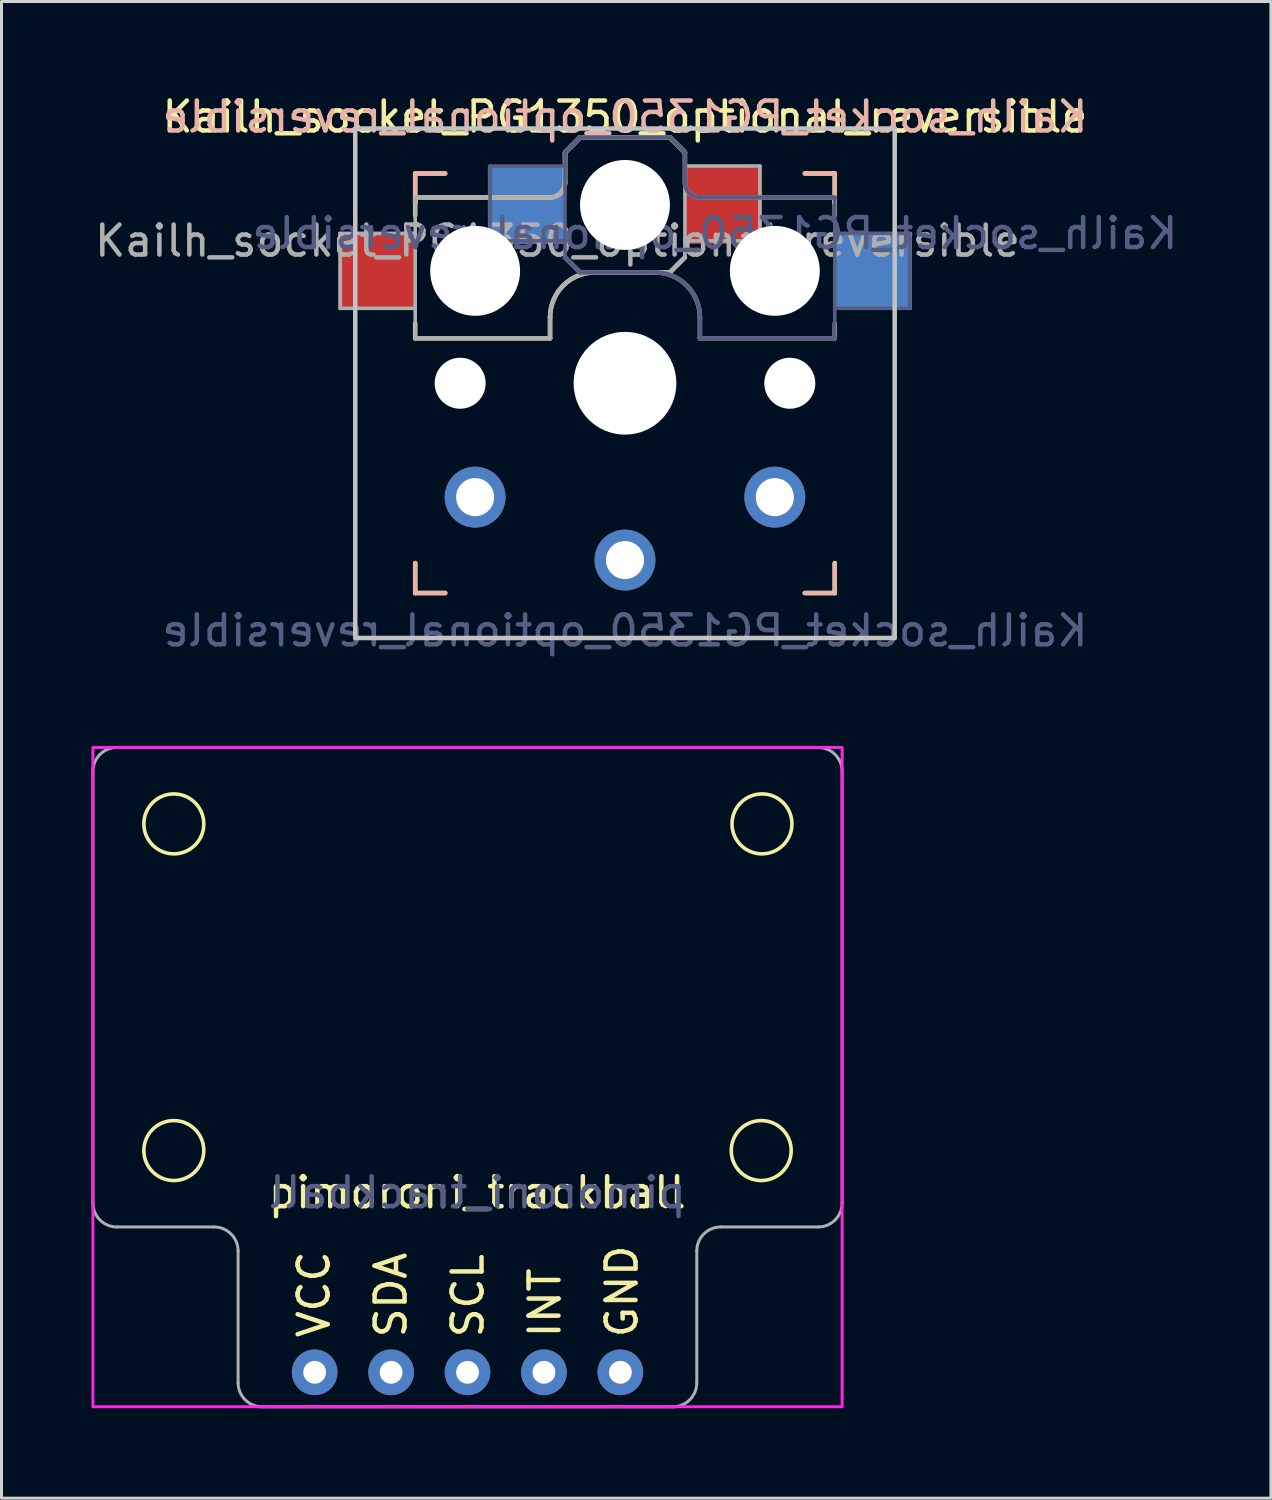
<source format=kicad_pcb>
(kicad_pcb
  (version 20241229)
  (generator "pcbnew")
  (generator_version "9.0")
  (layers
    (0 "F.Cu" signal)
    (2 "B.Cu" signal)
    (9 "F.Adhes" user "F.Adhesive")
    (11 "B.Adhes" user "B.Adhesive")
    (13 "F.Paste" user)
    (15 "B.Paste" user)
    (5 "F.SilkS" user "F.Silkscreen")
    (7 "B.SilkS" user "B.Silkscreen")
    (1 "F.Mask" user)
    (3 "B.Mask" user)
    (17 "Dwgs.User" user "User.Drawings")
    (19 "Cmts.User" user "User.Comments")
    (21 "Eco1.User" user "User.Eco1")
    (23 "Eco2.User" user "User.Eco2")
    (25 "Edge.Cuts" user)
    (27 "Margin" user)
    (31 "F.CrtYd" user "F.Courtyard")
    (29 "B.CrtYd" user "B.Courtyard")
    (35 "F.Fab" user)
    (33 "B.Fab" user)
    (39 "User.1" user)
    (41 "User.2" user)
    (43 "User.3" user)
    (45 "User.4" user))
  (footprint "Kailh_socket_PG1350_optional_reversible"
    (layer "F.Cu")
    (at 17.804 9.738)
    (property "Reference" "Kailh_socket_PG1350_optional_reversible" (at 0 -8.89 0) (layer "F.SilkS") (effects (font (size 1 1) (thickness 0.15))))
    (property "Value" "Kailh_socket_PG1350_optional_reversible" (at 0 8.255 0) (layer "F.Fab") (hide yes) (effects (font (size 1 1) (thickness 0.15))))
    (attr through_hole)
    (fp_line (start -7 -7) (end -6 -7) (stroke (width 0.15) (type solid)) (layer "F.SilkS"))
    (fp_line (start -7 -6.2) (end -2.5 -6.2) (stroke (width 0.15) (type solid)) (layer "F.SilkS"))
    (fp_line (start -7 -6) (end -7 -7) (stroke (width 0.15) (type solid)) (layer "F.SilkS"))
    (fp_line (start -7 -5.6) (end -7 -6.2) (stroke (width 0.15) (type solid)) (layer "F.SilkS"))
    (fp_line (start -7 -1.5) (end -7 -2) (stroke (width 0.15) (type solid)) (layer "F.SilkS"))
    (fp_line (start -7 7) (end -7 6) (stroke (width 0.15) (type solid)) (layer "F.SilkS"))
    (fp_line (start -6 7) (end -7 7) (stroke (width 0.15) (type solid)) (layer "F.SilkS"))
    (fp_line (start -2.5 -2.2) (end -2.5 -1.5) (stroke (width 0.15) (type solid)) (layer "F.SilkS"))
    (fp_line (start -2.5 -1.5) (end -7 -1.5) (stroke (width 0.15) (type solid)) (layer "F.SilkS"))
    (fp_line (start -2 -6.7) (end -2 -7.7) (stroke (width 0.15) (type solid)) (layer "F.SilkS"))
    (fp_line (start -1.5 -8.2) (end -2 -7.7) (stroke (width 0.15) (type solid)) (layer "F.SilkS"))
    (fp_line (start 1.5 -8.2) (end -1.5 -8.2) (stroke (width 0.15) (type solid)) (layer "F.SilkS"))
    (fp_line (start 1.5 -3.7) (end -1 -3.7) (stroke (width 0.15) (type solid)) (layer "F.SilkS"))
    (fp_line (start 2 -7.7) (end 1.5 -8.2) (stroke (width 0.15) (type solid)) (layer "F.SilkS"))
    (fp_line (start 2 -4.2) (end 1.5 -3.7) (stroke (width 0.15) (type solid)) (layer "F.SilkS"))
    (fp_line (start 6 -7) (end 7 -7) (stroke (width 0.15) (type solid)) (layer "F.SilkS"))
    (fp_line (start 7 -7) (end 7 -6) (stroke (width 0.15) (type solid)) (layer "F.SilkS"))
    (fp_line (start 7 6) (end 7 7) (stroke (width 0.15) (type solid)) (layer "F.SilkS"))
    (fp_line (start 7 7) (end 6 7) (stroke (width 0.15) (type solid)) (layer "F.SilkS"))
    (fp_arc (start -2.5 -2.2) (mid -2.06066 -3.26066) (end -1 -3.7) (stroke (width 0.15) (type solid)) (layer "F.SilkS"))
    (fp_arc (start -2 -6.7) (mid -2.146447 -6.346447) (end -2.5 -6.2) (stroke (width 0.15) (type solid)) (layer "F.SilkS"))
    (fp_line (start -7 -7) (end -6 -7) (stroke (width 0.15) (type solid)) (layer "B.SilkS"))
    (fp_line (start -7 -6) (end -7 -7) (stroke (width 0.15) (type solid)) (layer "B.SilkS"))
    (fp_line (start -7 7) (end -7 6) (stroke (width 0.15) (type solid)) (layer "B.SilkS"))
    (fp_line (start -6 7) (end -7 7) (stroke (width 0.15) (type solid)) (layer "B.SilkS"))
    (fp_line (start -2 -7.7) (end -1.5 -8.2) (stroke (width 0.15) (type solid)) (layer "B.SilkS"))
    (fp_line (start -2 -4.2) (end -1.5 -3.7) (stroke (width 0.15) (type solid)) (layer "B.SilkS"))
    (fp_line (start -1.5 -8.2) (end 1.5 -8.2) (stroke (width 0.15) (type solid)) (layer "B.SilkS"))
    (fp_line (start -1.5 -3.7) (end 1 -3.7) (stroke (width 0.15) (type solid)) (layer "B.SilkS"))
    (fp_line (start 1.5 -8.2) (end 2 -7.7) (stroke (width 0.15) (type solid)) (layer "B.SilkS"))
    (fp_line (start 2 -6.7) (end 2 -7.7) (stroke (width 0.15) (type solid)) (layer "B.SilkS"))
    (fp_line (start 2.5 -2.2) (end 2.5 -1.5) (stroke (width 0.15) (type solid)) (layer "B.SilkS"))
    (fp_line (start 2.5 -1.5) (end 7 -1.5) (stroke (width 0.15) (type solid)) (layer "B.SilkS"))
    (fp_line (start 6 -7) (end 7 -7) (stroke (width 0.15) (type solid)) (layer "B.SilkS"))
    (fp_line (start 7 -7) (end 7 -6) (stroke (width 0.15) (type solid)) (layer "B.SilkS"))
    (fp_line (start 7 -6.2) (end 2.5 -6.2) (stroke (width 0.15) (type solid)) (layer "B.SilkS"))
    (fp_line (start 7 -5.6) (end 7 -6.2) (stroke (width 0.15) (type solid)) (layer "B.SilkS"))
    (fp_line (start 7 -1.5) (end 7 -2) (stroke (width 0.15) (type solid)) (layer "B.SilkS"))
    (fp_line (start 7 6) (end 7 7) (stroke (width 0.15) (type solid)) (layer "B.SilkS"))
    (fp_line (start 7 7) (end 6 7) (stroke (width 0.15) (type solid)) (layer "B.SilkS"))
    (fp_arc (start 1 -3.7) (mid 2.06066 -3.26066) (end 2.5 -2.2) (stroke (width 0.15) (type solid)) (layer "B.SilkS"))
    (fp_arc (start 2.5 -6.2) (mid 2.146447 -6.346447) (end 2 -6.7) (stroke (width 0.15) (type solid)) (layer "B.SilkS"))
    (fp_line (start -9 -8.5) (end 9 -8.5) (stroke (width 0.15) (type solid)) (layer "Dwgs.User"))
    (fp_line (start -9 8.5) (end -9 -8.5) (stroke (width 0.15) (type solid)) (layer "Dwgs.User"))
    (fp_line (start 9 -8.5) (end 9 8.5) (stroke (width 0.15) (type solid)) (layer "Dwgs.User"))
    (fp_line (start 9 8.5) (end -9 8.5) (stroke (width 0.15) (type solid)) (layer "Dwgs.User"))
    (fp_line (start -2.6 -3.1) (end -2.6 -6.3) (stroke (width 0.15) (type solid)) (layer "Eco2.User"))
    (fp_line (start -2.6 -3.1) (end 2.6 -3.1) (stroke (width 0.15) (type solid)) (layer "Eco2.User"))
    (fp_line (start 2.6 -6.3) (end -2.6 -6.3) (stroke (width 0.15) (type solid)) (layer "Eco2.User"))
    (fp_line (start 2.6 -3.1) (end 2.6 -6.3) (stroke (width 0.15) (type solid)) (layer "Eco2.User"))
    (fp_line (start -4.5 -7.25) (end -2 -7.25) (stroke (width 0.12) (type solid)) (layer "B.Fab"))
    (fp_line (start -4.5 -4.75) (end -4.5 -7.25) (stroke (width 0.12) (type solid)) (layer "B.Fab"))
    (fp_line (start -2 -7.7) (end -1.5 -8.2) (stroke (width 0.15) (type solid)) (layer "B.Fab"))
    (fp_line (start -2 -4.75) (end -4.5 -4.75) (stroke (width 0.12) (type solid)) (layer "B.Fab"))
    (fp_line (start -2 -4.25) (end -2 -7.7) (stroke (width 0.12) (type solid)) (layer "B.Fab"))
    (fp_line (start -2 -4.2) (end -1.5 -3.7) (stroke (width 0.15) (type solid)) (layer "B.Fab"))
    (fp_line (start -1.5 -8.2) (end 1.5 -8.2) (stroke (width 0.15) (type solid)) (layer "B.Fab"))
    (fp_line (start -1.5 -3.7) (end 1 -3.7) (stroke (width 0.15) (type solid)) (layer "B.Fab"))
    (fp_line (start 1.5 -8.2) (end 2 -7.7) (stroke (width 0.15) (type solid)) (layer "B.Fab"))
    (fp_line (start 2 -6.7) (end 2 -7.7) (stroke (width 0.15) (type solid)) (layer "B.Fab"))
    (fp_line (start 2.5 -2.2) (end 2.5 -1.5) (stroke (width 0.15) (type solid)) (layer "B.Fab"))
    (fp_line (start 2.5 -1.5) (end 7 -1.5) (stroke (width 0.15) (type solid)) (layer "B.Fab"))
    (fp_line (start 7 -6.2) (end 2.5 -6.2) (stroke (width 0.15) (type solid)) (layer "B.Fab"))
    (fp_line (start 7 -5) (end 9.5 -5) (stroke (width 0.12) (type solid)) (layer "B.Fab"))
    (fp_line (start 7 -1.5) (end 7 -6.2) (stroke (width 0.12) (type solid)) (layer "B.Fab"))
    (fp_line (start 9.5 -5) (end 9.5 -2.5) (stroke (width 0.12) (type solid)) (layer "B.Fab"))
    (fp_line (start 9.5 -2.5) (end 7 -2.5) (stroke (width 0.12) (type solid)) (layer "B.Fab"))
    (fp_arc (start 1 -3.7) (mid 2.06066 -3.26066) (end 2.5 -2.2) (stroke (width 0.15) (type solid)) (layer "B.Fab"))
    (fp_arc (start 2.5 -6.2) (mid 2.146447 -6.346447) (end 2 -6.7) (stroke (width 0.15) (type solid)) (layer "B.Fab"))
    (fp_line (start -9.5 -5) (end -9.5 -2.5) (stroke (width 0.12) (type solid)) (layer "F.Fab"))
    (fp_line (start -9.5 -2.5) (end -7 -2.5) (stroke (width 0.12) (type solid)) (layer "F.Fab"))
    (fp_line (start -7 -6.2) (end -2.5 -6.2) (stroke (width 0.15) (type solid)) (layer "F.Fab"))
    (fp_line (start -7 -5) (end -9.5 -5) (stroke (width 0.12) (type solid)) (layer "F.Fab"))
    (fp_line (start -7 -1.5) (end -7 -6.2) (stroke (width 0.12) (type solid)) (layer "F.Fab"))
    (fp_line (start -2.5 -2.2) (end -2.5 -1.5) (stroke (width 0.15) (type solid)) (layer "F.Fab"))
    (fp_line (start -2.5 -1.5) (end -7 -1.5) (stroke (width 0.15) (type solid)) (layer "F.Fab"))
    (fp_line (start -2 -6.7) (end -2 -7.7) (stroke (width 0.15) (type solid)) (layer "F.Fab"))
    (fp_line (start -1.5 -8.2) (end -2 -7.7) (stroke (width 0.15) (type solid)) (layer "F.Fab"))
    (fp_line (start 1.5 -8.2) (end -1.5 -8.2) (stroke (width 0.15) (type solid)) (layer "F.Fab"))
    (fp_line (start 1.5 -3.7) (end -1 -3.7) (stroke (width 0.15) (type solid)) (layer "F.Fab"))
    (fp_line (start 2 -7.7) (end 1.5 -8.2) (stroke (width 0.15) (type solid)) (layer "F.Fab"))
    (fp_line (start 2 -4.75) (end 4.5 -4.75) (stroke (width 0.12) (type solid)) (layer "F.Fab"))
    (fp_line (start 2 -4.25) (end 2 -7.7) (stroke (width 0.12) (type solid)) (layer "F.Fab"))
    (fp_line (start 2 -4.2) (end 1.5 -3.7) (stroke (width 0.15) (type solid)) (layer "F.Fab"))
    (fp_line (start 4.5 -7.25) (end 2 -7.25) (stroke (width 0.12) (type solid)) (layer "F.Fab"))
    (fp_line (start 4.5 -4.75) (end 4.5 -7.25) (stroke (width 0.12) (type solid)) (layer "F.Fab"))
    (fp_arc (start -2.5 -2.2) (mid -2.06066 -3.26066) (end -1 -3.7) (stroke (width 0.15) (type solid)) (layer "F.Fab"))
    (fp_arc (start -2 -6.7) (mid -2.146447 -6.346447) (end -2.5 -6.2) (stroke (width 0.15) (type solid)) (layer "F.Fab"))
    (fp_text user "${REFERENCE}" (at 0 -8.89 0) (layer "B.SilkS") (effects (font (size 1 1) (thickness 0.15)) (justify mirror)))
    (fp_text user "${REFERENCE}" (at 3 -5 180) (layer "B.Fab") (effects (font (size 1 1) (thickness 0.15)) (justify mirror)))
    (fp_text user "${VALUE}" (at 0 8.255 0) (layer "B.Fab") (effects (font (size 1 1) (thickness 0.15)) (justify mirror)))
    (fp_text user "${REFERENCE}" (at -2.25 -4.75 0) (layer "F.Fab") (effects (font (size 1 1) (thickness 0.15))))
    (pad "" np_thru_hole circle (at -5.5 0) (size 1.702 1.702) (drill 1.702) (layers "*.Cu" "*.Mask"))
    (pad "" np_thru_hole circle (at -5 -3.75) (size 3 3) (drill 3) (layers "*.Cu" "*.Mask"))
    (pad "" np_thru_hole circle (at 0 -5.95) (size 3 3) (drill 3) (layers "*.Cu" "*.Mask"))
    (pad "" np_thru_hole circle (at 0 0) (size 3.429 3.429) (drill 3.429) (layers "*.Cu" "*.Mask"))
    (pad "" np_thru_hole circle (at 5 -3.75) (size 3 3) (drill 3) (layers "*.Cu" "*.Mask"))
    (pad "" np_thru_hole circle (at 5.5 0) (size 1.702 1.702) (drill 1.702) (layers "*.Cu" "*.Mask"))
    (pad "1" smd rect (at -3.275 -5.95) (size 2.6 2.6) (layers "B.Cu" "B.Mask" "B.Paste"))
    (pad "1" thru_hole circle (at 0 5.9) (size 2.032 2.032) (drill 1.27) (layers "*.Cu" "*.Mask"))
    (pad "1" smd rect (at 3.275 -5.95) (size 2.6 2.6) (layers "F.Cu" "F.Mask" "F.Paste"))
    (pad "2" smd rect (at -8.275 -3.75) (size 2.6 2.6) (layers "F.Cu" "F.Mask" "F.Paste"))
    (pad "2" thru_hole circle (at -5 3.8) (size 2.032 2.032) (drill 1.27) (layers "*.Cu" "*.Mask"))
    (pad "2" thru_hole circle (at 5 3.8) (size 2.032 2.032) (drill 1.27) (layers "*.Cu" "*.Mask"))
    (pad "2" smd rect (at 8.275 -3.75) (size 2.6 2.6) (layers "B.Cu" "B.Mask" "B.Paste")))
  (footprint "pimoroni_trackball"
    (layer "F.Cu")
    (at 12.525 29.841)
    (property "Reference" "pimoroni_trackball" (at 0.35 6.9 0) (unlocked yes) (layer "F.SilkS") (effects (font (size 1 1) (thickness 0.15))))
    (attr through_hole)
    (fp_circle (center -9.775 -5.4) (end -8.775 -5.4) (stroke (width 0.12) (type solid)) (fill no) (layer "F.SilkS"))
    (fp_circle (center -9.775 5.5) (end -8.775 5.5) (stroke (width 0.12) (type solid)) (fill no) (layer "F.SilkS"))
    (fp_circle (center 9.825 5.5) (end 10.825 5.5) (stroke (width 0.12) (type solid)) (fill no) (layer "F.SilkS"))
    (fp_circle (center 9.85 -5.4) (end 10.85 -5.4) (stroke (width 0.12) (type solid)) (fill no) (layer "F.SilkS"))
    (fp_rect (start -12.475 14.05) (end 12.525 -7.95) (stroke (width 0.1) (type solid)) (fill no) (layer "F.CrtYd"))
    (fp_line (start -12.475 -7.15) (end -12.475 7.25) (stroke (width 0.1) (type solid)) (layer "F.Fab"))
    (fp_line (start -11.675 8.05) (end -8.45 8.05) (stroke (width 0.1) (type solid)) (layer "F.Fab"))
    (fp_line (start -7.63 13.24) (end -7.631 8.85) (stroke (width 0.1) (type solid)) (layer "F.Fab"))
    (fp_line (start -6.83 14.05) (end 6.875 14.05) (stroke (width 0.1) (type solid)) (layer "F.Fab"))
    (fp_line (start 7.675 13.24) (end 7.675 8.85) (stroke (width 0.1) (type solid)) (layer "F.Fab"))
    (fp_line (start 8.488 8.05) (end 11.713 8.05) (stroke (width 0.1) (type solid)) (layer "F.Fab"))
    (fp_line (start 11.725 -7.95) (end -11.675 -7.95) (stroke (width 0.1) (type solid)) (layer "F.Fab"))
    (fp_line (start 12.525 7.25) (end 12.525 -7.15) (stroke (width 0.1) (type solid)) (layer "F.Fab"))
    (fp_arc (start -12.475 -7.15) (mid -12.240685 -7.715685) (end -11.675 -7.95) (stroke (width 0.1) (type solid)) (layer "F.Fab"))
    (fp_arc (start -11.675 8.05) (mid -12.240685 7.815685) (end -12.475 7.25) (stroke (width 0.1) (type solid)) (layer "F.Fab"))
    (fp_arc (start -8.430685 8.05) (mid -7.865 8.284315) (end -7.630685 8.85) (stroke (width 0.1) (type solid)) (layer "F.Fab"))
    (fp_arc (start -6.83 14.05) (mid -7.395685 13.815685) (end -7.63 13.25) (stroke (width 0.1) (type solid)) (layer "F.Fab"))
    (fp_arc (start 7.675 8.85) (mid 7.909315 8.284315) (end 8.475 8.05) (stroke (width 0.1) (type solid)) (layer "F.Fab"))
    (fp_arc (start 7.675 13.25) (mid 7.440685 13.815685) (end 6.875 14.05) (stroke (width 0.1) (type solid)) (layer "F.Fab"))
    (fp_arc (start 11.725 -7.95) (mid 12.290685 -7.715685) (end 12.525 -7.15) (stroke (width 0.1) (type solid)) (layer "F.Fab"))
    (fp_arc (start 12.525 7.25) (mid 12.290685 7.815685) (end 11.725 8.05) (stroke (width 0.1) (type solid)) (layer "F.Fab"))
    (fp_text user "SDA" (at -2.531 10.319 90) (unlocked yes) (layer "F.SilkS") (effects (font (size 1 1) (thickness 0.15))))
    (fp_text user "GND" (at 5.175 10.2 90) (unlocked yes) (layer "F.SilkS") (effects (font (size 1 1) (thickness 0.15))))
    (fp_text user "VCC" (at -5.1 10.295 90) (unlocked yes) (layer "F.SilkS") (effects (font (size 1 1) (thickness 0.15))))
    (fp_text user "SCL" (at 0.037 10.343 90) (unlocked yes) (layer "F.SilkS") (effects (font (size 1 1) (thickness 0.15))))
    (fp_text user "INT" (at 2.606 10.581 90) (unlocked yes) (layer "F.SilkS") (effects (font (size 1 1) (thickness 0.15))))
    (fp_text user "${REFERENCE}" (at 0.35 6.9 0) (unlocked yes) (layer "B.Fab") (effects (font (size 1 1) (thickness 0.15)) (justify mirror)))
    (pad "1" thru_hole circle (at -5.075 12.9) (size 1.524 1.524) (drill 0.762) (layers "*.Cu" "*.Mask"))
    (pad "2" thru_hole circle (at -2.525 12.9) (size 1.524 1.524) (drill 0.762) (layers "*.Cu" "*.Mask"))
    (pad "3" thru_hole circle (at 0.025 12.9) (size 1.524 1.524) (drill 0.762) (layers "*.Cu" "*.Mask"))
    (pad "4" thru_hole circle (at 2.575 12.9) (size 1.524 1.524) (drill 0.762) (layers "*.Cu" "*.Mask"))
    (pad "5" thru_hole circle (at 5.125 12.9) (size 1.524 1.524) (drill 0.762) (layers "*.Cu" "*.Mask")))
  (gr_rect
    (start -3 -3)
    (end 39.357 46.941)
    (stroke (width 0.1) (type default))
    (fill no)
    (layer "Edge.Cuts")))
</source>
